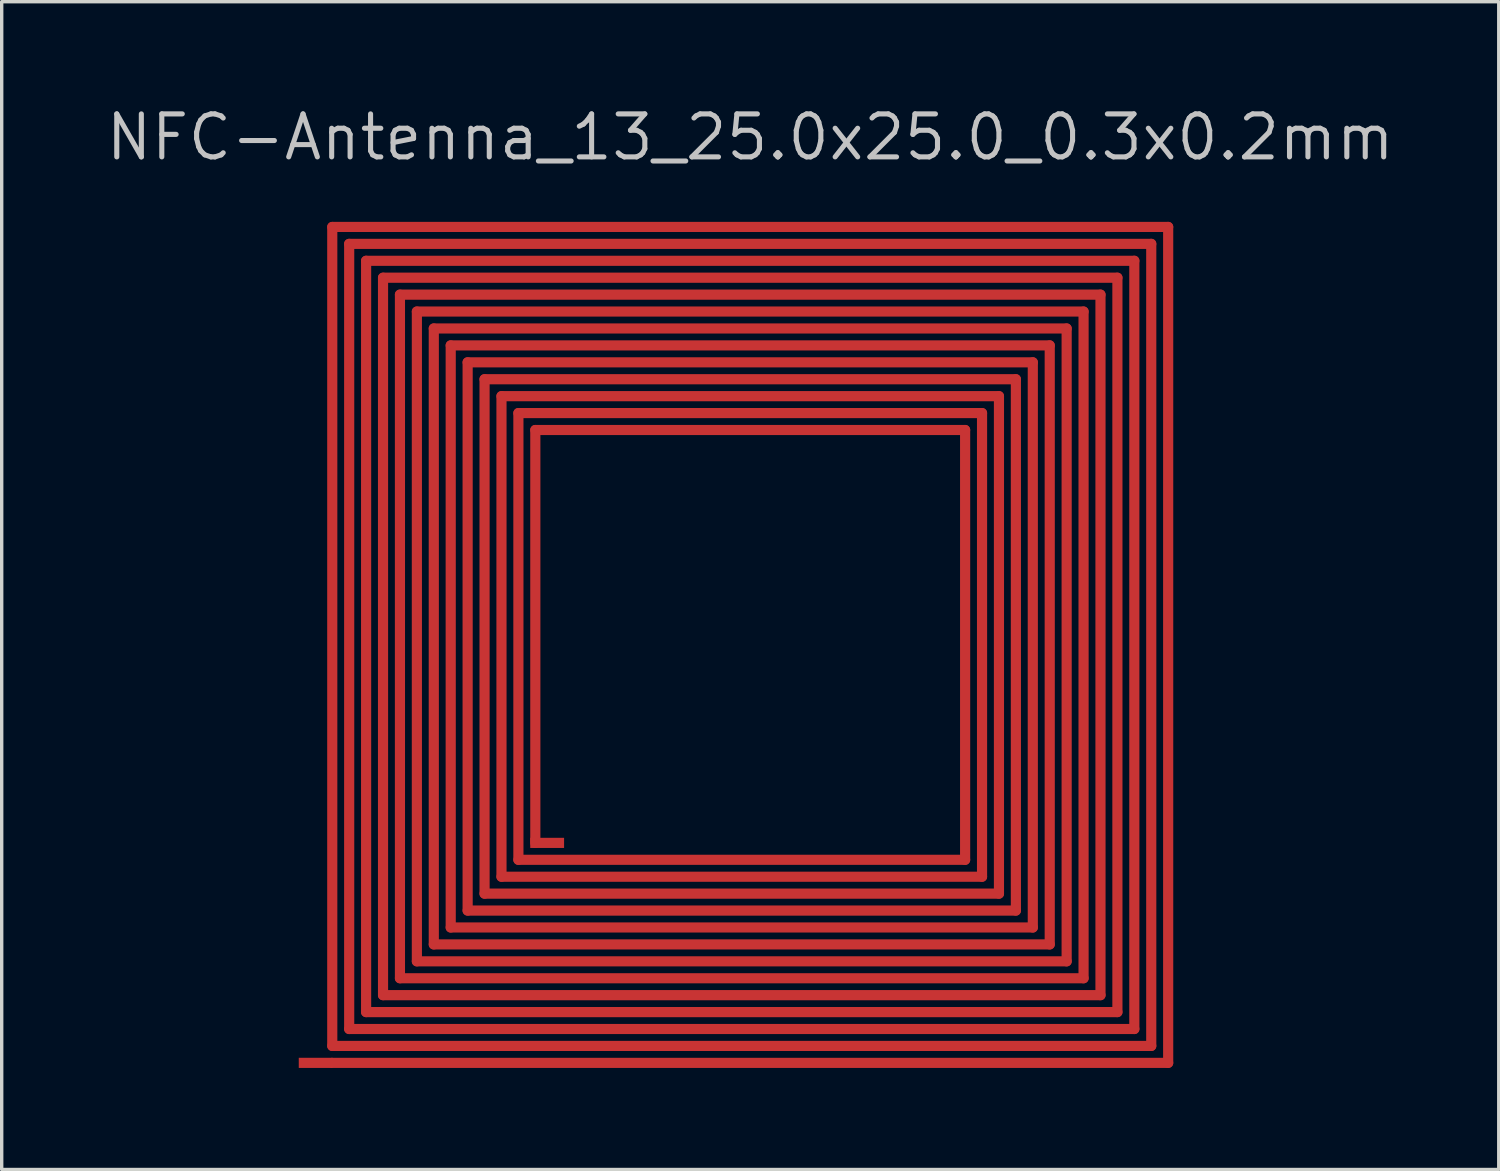
<source format=kicad_pcb>
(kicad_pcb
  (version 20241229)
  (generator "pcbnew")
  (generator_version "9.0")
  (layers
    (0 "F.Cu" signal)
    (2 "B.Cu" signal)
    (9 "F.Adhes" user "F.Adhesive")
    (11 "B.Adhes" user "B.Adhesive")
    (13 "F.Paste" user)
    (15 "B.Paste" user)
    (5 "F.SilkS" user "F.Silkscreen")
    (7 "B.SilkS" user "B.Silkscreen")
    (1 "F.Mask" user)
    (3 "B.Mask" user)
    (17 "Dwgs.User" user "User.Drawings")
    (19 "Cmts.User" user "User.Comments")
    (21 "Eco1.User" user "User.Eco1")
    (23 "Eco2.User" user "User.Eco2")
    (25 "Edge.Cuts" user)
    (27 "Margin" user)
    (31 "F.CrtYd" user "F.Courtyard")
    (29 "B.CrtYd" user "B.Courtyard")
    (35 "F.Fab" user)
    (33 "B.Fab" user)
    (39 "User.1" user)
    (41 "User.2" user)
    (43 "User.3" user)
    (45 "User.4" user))
  (footprint "NFC-Antenna_13_25.0x25.0_0.3x0.2mm"
    (layer "F.Cu")
    (at 19.118 16.006)
    (property "Reference" "NFC-Antenna_13_25.0x25.0_0.3x0.2mm" (at 0 -15 0) (layer "Dwgs.User") (effects (font (size 1.27 1.27) (thickness 0.15))))
    (attr through_hole)
    (fp_line (start -12.35 -12.35) (end -12.35 11.85) (stroke (width 0.3) (type solid)) (layer "F.Cu"))
    (fp_line (start -12.35 11.85) (end 11.85 11.85) (stroke (width 0.3) (type solid)) (layer "F.Cu"))
    (fp_line (start -12.35 12.35) (end 12.35 12.35) (stroke (width 0.3) (type solid)) (layer "F.Cu"))
    (fp_line (start -11.85 -11.85) (end -11.85 11.35) (stroke (width 0.3) (type solid)) (layer "F.Cu"))
    (fp_line (start -11.85 11.35) (end 11.35 11.35) (stroke (width 0.3) (type solid)) (layer "F.Cu"))
    (fp_line (start -11.35 -11.35) (end -11.35 10.85) (stroke (width 0.3) (type solid)) (layer "F.Cu"))
    (fp_line (start -11.35 10.85) (end 10.85 10.85) (stroke (width 0.3) (type solid)) (layer "F.Cu"))
    (fp_line (start -10.85 -10.85) (end -10.85 10.35) (stroke (width 0.3) (type solid)) (layer "F.Cu"))
    (fp_line (start -10.85 10.35) (end 10.35 10.35) (stroke (width 0.3) (type solid)) (layer "F.Cu"))
    (fp_line (start -10.35 -10.35) (end -10.35 9.85) (stroke (width 0.3) (type solid)) (layer "F.Cu"))
    (fp_line (start -10.35 9.85) (end 9.85 9.85) (stroke (width 0.3) (type solid)) (layer "F.Cu"))
    (fp_line (start -9.85 -9.85) (end -9.85 9.35) (stroke (width 0.3) (type solid)) (layer "F.Cu"))
    (fp_line (start -9.85 9.35) (end 9.35 9.35) (stroke (width 0.3) (type solid)) (layer "F.Cu"))
    (fp_line (start -9.35 -9.35) (end -9.35 8.85) (stroke (width 0.3) (type solid)) (layer "F.Cu"))
    (fp_line (start -9.35 8.85) (end 8.85 8.85) (stroke (width 0.3) (type solid)) (layer "F.Cu"))
    (fp_line (start -8.85 -8.85) (end -8.85 8.35) (stroke (width 0.3) (type solid)) (layer "F.Cu"))
    (fp_line (start -8.85 8.35) (end 8.35 8.35) (stroke (width 0.3) (type solid)) (layer "F.Cu"))
    (fp_line (start -8.35 -8.35) (end -8.35 7.85) (stroke (width 0.3) (type solid)) (layer "F.Cu"))
    (fp_line (start -8.35 7.85) (end 7.85 7.85) (stroke (width 0.3) (type solid)) (layer "F.Cu"))
    (fp_line (start -7.85 -7.85) (end -7.85 7.35) (stroke (width 0.3) (type solid)) (layer "F.Cu"))
    (fp_line (start -7.85 7.35) (end 7.35 7.35) (stroke (width 0.3) (type solid)) (layer "F.Cu"))
    (fp_line (start -7.35 -7.35) (end -7.35 6.85) (stroke (width 0.3) (type solid)) (layer "F.Cu"))
    (fp_line (start -7.35 6.85) (end 6.85 6.85) (stroke (width 0.3) (type solid)) (layer "F.Cu"))
    (fp_line (start -6.85 -6.85) (end -6.85 6.35) (stroke (width 0.3) (type solid)) (layer "F.Cu"))
    (fp_line (start -6.85 6.35) (end 6.35 6.35) (stroke (width 0.3) (type solid)) (layer "F.Cu"))
    (fp_line (start -6.35 -6.35) (end -6.35 5.85) (stroke (width 0.3) (type solid)) (layer "F.Cu"))
    (fp_line (start 6.35 -6.35) (end -6.35 -6.35) (stroke (width 0.3) (type solid)) (layer "F.Cu"))
    (fp_line (start 6.35 6.35) (end 6.35 -6.35) (stroke (width 0.3) (type solid)) (layer "F.Cu"))
    (fp_line (start 6.85 -6.85) (end -6.85 -6.85) (stroke (width 0.3) (type solid)) (layer "F.Cu"))
    (fp_line (start 6.85 6.85) (end 6.85 -6.85) (stroke (width 0.3) (type solid)) (layer "F.Cu"))
    (fp_line (start 7.35 -7.35) (end -7.35 -7.35) (stroke (width 0.3) (type solid)) (layer "F.Cu"))
    (fp_line (start 7.35 7.35) (end 7.35 -7.35) (stroke (width 0.3) (type solid)) (layer "F.Cu"))
    (fp_line (start 7.85 -7.85) (end -7.85 -7.85) (stroke (width 0.3) (type solid)) (layer "F.Cu"))
    (fp_line (start 7.85 7.85) (end 7.85 -7.85) (stroke (width 0.3) (type solid)) (layer "F.Cu"))
    (fp_line (start 8.35 -8.35) (end -8.35 -8.35) (stroke (width 0.3) (type solid)) (layer "F.Cu"))
    (fp_line (start 8.35 8.35) (end 8.35 -8.35) (stroke (width 0.3) (type solid)) (layer "F.Cu"))
    (fp_line (start 8.85 -8.85) (end -8.85 -8.85) (stroke (width 0.3) (type solid)) (layer "F.Cu"))
    (fp_line (start 8.85 8.85) (end 8.85 -8.85) (stroke (width 0.3) (type solid)) (layer "F.Cu"))
    (fp_line (start 9.35 -9.35) (end -9.35 -9.35) (stroke (width 0.3) (type solid)) (layer "F.Cu"))
    (fp_line (start 9.35 9.35) (end 9.35 -9.35) (stroke (width 0.3) (type solid)) (layer "F.Cu"))
    (fp_line (start 9.85 -9.85) (end -9.85 -9.85) (stroke (width 0.3) (type solid)) (layer "F.Cu"))
    (fp_line (start 9.85 9.85) (end 9.85 -9.85) (stroke (width 0.3) (type solid)) (layer "F.Cu"))
    (fp_line (start 10.35 -10.35) (end -10.35 -10.35) (stroke (width 0.3) (type solid)) (layer "F.Cu"))
    (fp_line (start 10.35 10.35) (end 10.35 -10.35) (stroke (width 0.3) (type solid)) (layer "F.Cu"))
    (fp_line (start 10.85 -10.85) (end -10.85 -10.85) (stroke (width 0.3) (type solid)) (layer "F.Cu"))
    (fp_line (start 10.85 10.85) (end 10.85 -10.85) (stroke (width 0.3) (type solid)) (layer "F.Cu"))
    (fp_line (start 11.35 -11.35) (end -11.35 -11.35) (stroke (width 0.3) (type solid)) (layer "F.Cu"))
    (fp_line (start 11.35 11.35) (end 11.35 -11.35) (stroke (width 0.3) (type solid)) (layer "F.Cu"))
    (fp_line (start 11.85 -11.85) (end -11.85 -11.85) (stroke (width 0.3) (type solid)) (layer "F.Cu"))
    (fp_line (start 11.85 11.85) (end 11.85 -11.85) (stroke (width 0.3) (type solid)) (layer "F.Cu"))
    (fp_line (start 12.35 -12.35) (end -12.35 -12.35) (stroke (width 0.3) (type solid)) (layer "F.Cu"))
    (fp_line (start 12.35 12.35) (end 12.35 -12.35) (stroke (width 0.3) (type solid)) (layer "F.Cu"))
    (pad "1" smd rect (at -6 5.85) (size 1 0.3) (layers "F.Cu"))
    (pad "2" smd rect (at -12.84 12.35) (size 1 0.3) (layers "F.Cu")))
  (gr_rect
    (start -3 -3)
    (end 41.236 31.506)
    (stroke (width 0.1) (type default))
    (fill no)
    (layer "Edge.Cuts")))
</source>
